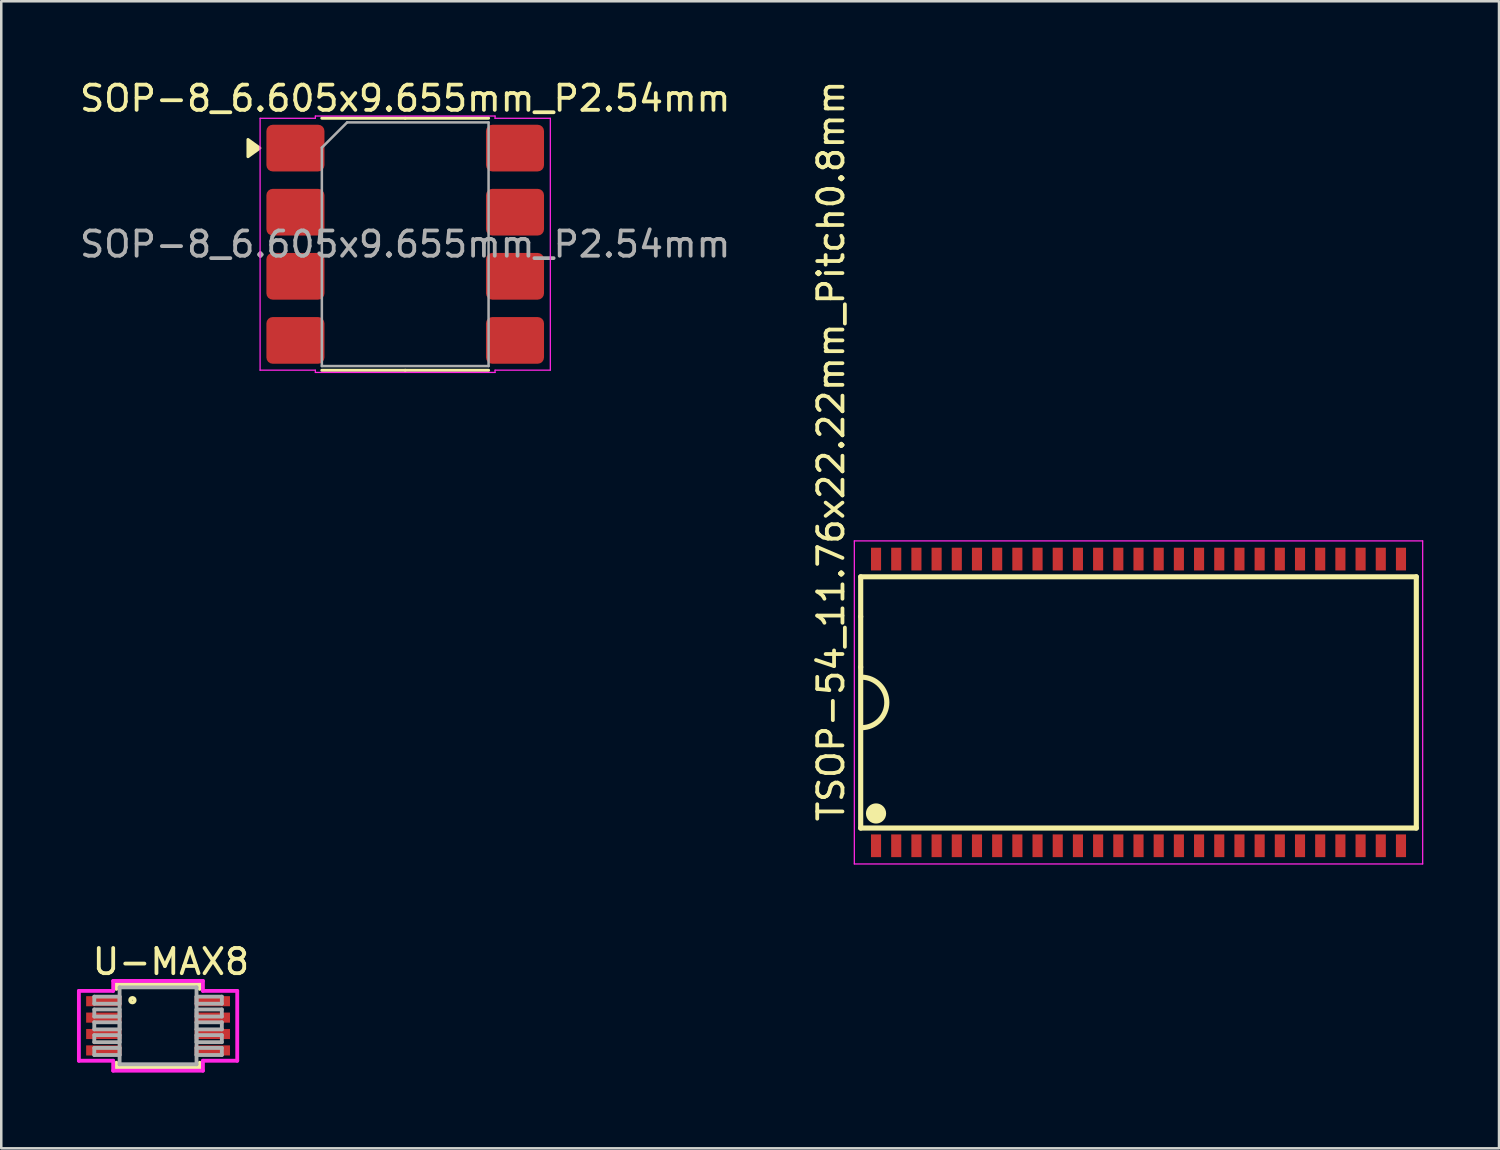
<source format=kicad_pcb>
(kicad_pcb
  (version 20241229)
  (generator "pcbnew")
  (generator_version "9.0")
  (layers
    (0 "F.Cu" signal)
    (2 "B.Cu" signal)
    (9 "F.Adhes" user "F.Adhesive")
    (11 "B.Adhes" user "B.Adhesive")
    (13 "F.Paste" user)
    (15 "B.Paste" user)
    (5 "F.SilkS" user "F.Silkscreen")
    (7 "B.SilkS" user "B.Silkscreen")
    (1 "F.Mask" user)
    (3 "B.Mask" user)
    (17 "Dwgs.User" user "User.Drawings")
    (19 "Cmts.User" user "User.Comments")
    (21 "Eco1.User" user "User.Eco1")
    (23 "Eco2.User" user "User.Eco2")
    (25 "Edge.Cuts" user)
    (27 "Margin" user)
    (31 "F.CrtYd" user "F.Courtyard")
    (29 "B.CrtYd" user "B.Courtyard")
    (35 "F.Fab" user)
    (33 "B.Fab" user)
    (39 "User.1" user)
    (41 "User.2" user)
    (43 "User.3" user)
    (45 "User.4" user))
  (footprint "SOP-8_6.605x9.655mm_P2.54mm"
    (layer "F.Cu")
    (at 13.006 6.628)
    (property "Reference" "SOP-8_6.605x9.655mm_P2.54mm" (at 0 -5.78 0) (layer "F.SilkS") (effects (font (size 1 1) (thickness 0.15))))
    (attr smd)
    (fp_line (start 0 -4.995) (end -3.303 -4.995) (stroke (width 0.12) (type solid)) (layer "F.SilkS"))
    (fp_line (start 0 -4.995) (end 3.303 -4.995) (stroke (width 0.12) (type solid)) (layer "F.SilkS"))
    (fp_line (start 0 4.995) (end -3.303 4.995) (stroke (width 0.12) (type solid)) (layer "F.SilkS"))
    (fp_line (start 0 4.995) (end 3.303 4.995) (stroke (width 0.12) (type solid)) (layer "F.SilkS"))
    (fp_poly (pts (xy -5.76 -3.81) (xy -6.23 -3.47) (xy -6.23 -4.15)) (stroke (width 0.12) (type solid)) (fill yes) (layer "F.SilkS"))
    (fp_line (start -5.75 -4.99) (end -3.56 -4.99) (stroke (width 0.05) (type solid)) (layer "F.CrtYd"))
    (fp_line (start -5.75 4.99) (end -5.75 -4.99) (stroke (width 0.05) (type solid)) (layer "F.CrtYd"))
    (fp_line (start -3.56 -5.08) (end 3.56 -5.08) (stroke (width 0.05) (type solid)) (layer "F.CrtYd"))
    (fp_line (start -3.56 -4.99) (end -3.56 -5.08) (stroke (width 0.05) (type solid)) (layer "F.CrtYd"))
    (fp_line (start -3.56 4.99) (end -5.75 4.99) (stroke (width 0.05) (type solid)) (layer "F.CrtYd"))
    (fp_line (start -3.56 5.08) (end -3.56 4.99) (stroke (width 0.05) (type solid)) (layer "F.CrtYd"))
    (fp_line (start 3.56 -5.08) (end 3.56 -4.99) (stroke (width 0.05) (type solid)) (layer "F.CrtYd"))
    (fp_line (start 3.56 -4.99) (end 5.75 -4.99) (stroke (width 0.05) (type solid)) (layer "F.CrtYd"))
    (fp_line (start 3.56 4.99) (end 3.56 5.08) (stroke (width 0.05) (type solid)) (layer "F.CrtYd"))
    (fp_line (start 3.56 5.08) (end -3.56 5.08) (stroke (width 0.05) (type solid)) (layer "F.CrtYd"))
    (fp_line (start 5.75 -4.99) (end 5.75 4.99) (stroke (width 0.05) (type solid)) (layer "F.CrtYd"))
    (fp_line (start 5.75 4.99) (end 3.56 4.99) (stroke (width 0.05) (type solid)) (layer "F.CrtYd"))
    (fp_line (start -3.303 -3.828) (end -2.303 -4.827) (stroke (width 0.1) (type solid)) (layer "F.Fab"))
    (fp_line (start -3.303 4.827) (end -3.303 -3.828) (stroke (width 0.1) (type solid)) (layer "F.Fab"))
    (fp_line (start -2.303 -4.827) (end 3.303 -4.827) (stroke (width 0.1) (type solid)) (layer "F.Fab"))
    (fp_line (start 3.303 -4.827) (end 3.303 4.827) (stroke (width 0.1) (type solid)) (layer "F.Fab"))
    (fp_line (start 3.303 4.827) (end -3.303 4.827) (stroke (width 0.1) (type solid)) (layer "F.Fab"))
    (fp_text user "${REFERENCE}" (at 0 0 0) (layer "F.Fab") (effects (font (size 1 1) (thickness 0.15))))
    (pad "1" smd roundrect (at -4.35 -3.81) (size 2.3 1.85) (layers "F.Cu" "F.Mask" "F.Paste") (roundrect_rratio 0.135))
    (pad "2" smd roundrect (at -4.35 -1.27) (size 2.3 1.85) (layers "F.Cu" "F.Mask" "F.Paste") (roundrect_rratio 0.135))
    (pad "3" smd roundrect (at -4.35 1.27) (size 2.3 1.85) (layers "F.Cu" "F.Mask" "F.Paste") (roundrect_rratio 0.135))
    (pad "4" smd roundrect (at -4.35 3.81) (size 2.3 1.85) (layers "F.Cu" "F.Mask" "F.Paste") (roundrect_rratio 0.135))
    (pad "5" smd roundrect (at 4.35 3.81) (size 2.3 1.85) (layers "F.Cu" "F.Mask" "F.Paste") (roundrect_rratio 0.135))
    (pad "6" smd roundrect (at 4.35 1.27) (size 2.3 1.85) (layers "F.Cu" "F.Mask" "F.Paste") (roundrect_rratio 0.135))
    (pad "7" smd roundrect (at 4.35 -1.27) (size 2.3 1.85) (layers "F.Cu" "F.Mask" "F.Paste") (roundrect_rratio 0.135))
    (pad "8" smd roundrect (at 4.35 -3.81) (size 2.3 1.85) (layers "F.Cu" "F.Mask" "F.Paste") (roundrect_rratio 0.135)))
  (footprint "U-MAX8"
    (layer "F.Cu")
    (at 3.213 37.597)
    (property "Reference" "U-MAX8" (at 0.508 -2.54 180) (layer "F.SilkS") (effects (font (size 1 1) (thickness 0.15))))
    (attr smd)
    (fp_line (start -1.651 -1.651) (end -1.651 -1.463) (stroke (width 0.152) (type solid)) (layer "F.SilkS"))
    (fp_line (start -1.651 1.463) (end -1.651 1.651) (stroke (width 0.152) (type solid)) (layer "F.SilkS"))
    (fp_line (start -1.651 1.651) (end 1.651 1.651) (stroke (width 0.152) (type solid)) (layer "F.SilkS"))
    (fp_line (start 1.651 -1.651) (end -1.651 -1.651) (stroke (width 0.152) (type solid)) (layer "F.SilkS"))
    (fp_line (start 1.651 -1.463) (end 1.651 -1.651) (stroke (width 0.152) (type solid)) (layer "F.SilkS"))
    (fp_line (start 1.651 1.651) (end 1.651 1.463) (stroke (width 0.152) (type solid)) (layer "F.SilkS"))
    (fp_circle (center -1.016 -1.016) (end -0.953 -0.953) (stroke (width 0.152) (type solid)) (fill no) (layer "F.SilkS"))
    (fp_line (start -3.137 -1.384) (end -1.778 -1.384) (stroke (width 0.152) (type solid)) (layer "F.CrtYd"))
    (fp_line (start -3.137 1.384) (end -3.137 -1.384) (stroke (width 0.152) (type solid)) (layer "F.CrtYd"))
    (fp_line (start -1.778 -1.778) (end 1.778 -1.778) (stroke (width 0.152) (type solid)) (layer "F.CrtYd"))
    (fp_line (start -1.778 -1.384) (end -1.778 -1.778) (stroke (width 0.152) (type solid)) (layer "F.CrtYd"))
    (fp_line (start -1.778 1.384) (end -3.137 1.384) (stroke (width 0.152) (type solid)) (layer "F.CrtYd"))
    (fp_line (start -1.778 1.778) (end -1.778 1.384) (stroke (width 0.152) (type solid)) (layer "F.CrtYd"))
    (fp_line (start 1.778 -1.778) (end 1.778 -1.384) (stroke (width 0.152) (type solid)) (layer "F.CrtYd"))
    (fp_line (start 1.778 -1.384) (end 3.137 -1.384) (stroke (width 0.152) (type solid)) (layer "F.CrtYd"))
    (fp_line (start 1.778 1.384) (end 1.778 1.778) (stroke (width 0.152) (type solid)) (layer "F.CrtYd"))
    (fp_line (start 1.778 1.778) (end -1.778 1.778) (stroke (width 0.152) (type solid)) (layer "F.CrtYd"))
    (fp_line (start 3.137 -1.384) (end 3.137 1.384) (stroke (width 0.152) (type solid)) (layer "F.CrtYd"))
    (fp_line (start 3.137 1.384) (end 1.778 1.384) (stroke (width 0.152) (type solid)) (layer "F.CrtYd"))
    (fp_line (start -2.527 -1.156) (end -2.527 -0.876) (stroke (width 0.152) (type solid)) (layer "F.Fab"))
    (fp_line (start -2.527 -0.876) (end -1.524 -0.876) (stroke (width 0.152) (type solid)) (layer "F.Fab"))
    (fp_line (start -2.527 -0.648) (end -2.527 -0.368) (stroke (width 0.152) (type solid)) (layer "F.Fab"))
    (fp_line (start -2.527 -0.368) (end -1.524 -0.368) (stroke (width 0.152) (type solid)) (layer "F.Fab"))
    (fp_line (start -2.527 -0.14) (end -2.527 0.14) (stroke (width 0.152) (type solid)) (layer "F.Fab"))
    (fp_line (start -2.527 0.14) (end -1.524 0.14) (stroke (width 0.152) (type solid)) (layer "F.Fab"))
    (fp_line (start -2.527 0.368) (end -2.527 0.648) (stroke (width 0.152) (type solid)) (layer "F.Fab"))
    (fp_line (start -2.527 0.648) (end -1.524 0.648) (stroke (width 0.152) (type solid)) (layer "F.Fab"))
    (fp_line (start -2.527 0.876) (end -2.527 1.156) (stroke (width 0.152) (type solid)) (layer "F.Fab"))
    (fp_line (start -2.527 1.156) (end -1.524 1.156) (stroke (width 0.152) (type solid)) (layer "F.Fab"))
    (fp_line (start -1.524 -1.524) (end -1.524 1.524) (stroke (width 0.152) (type solid)) (layer "F.Fab"))
    (fp_line (start -1.524 -1.156) (end -2.527 -1.156) (stroke (width 0.152) (type solid)) (layer "F.Fab"))
    (fp_line (start -1.524 -0.876) (end -1.524 -1.156) (stroke (width 0.152) (type solid)) (layer "F.Fab"))
    (fp_line (start -1.524 -0.648) (end -2.527 -0.648) (stroke (width 0.152) (type solid)) (layer "F.Fab"))
    (fp_line (start -1.524 -0.368) (end -1.524 -0.648) (stroke (width 0.152) (type solid)) (layer "F.Fab"))
    (fp_line (start -1.524 -0.14) (end -2.527 -0.14) (stroke (width 0.152) (type solid)) (layer "F.Fab"))
    (fp_line (start -1.524 0.14) (end -1.524 -0.14) (stroke (width 0.152) (type solid)) (layer "F.Fab"))
    (fp_line (start -1.524 0.368) (end -2.527 0.368) (stroke (width 0.152) (type solid)) (layer "F.Fab"))
    (fp_line (start -1.524 0.648) (end -1.524 0.368) (stroke (width 0.152) (type solid)) (layer "F.Fab"))
    (fp_line (start -1.524 0.876) (end -2.527 0.876) (stroke (width 0.152) (type solid)) (layer "F.Fab"))
    (fp_line (start -1.524 1.156) (end -1.524 0.876) (stroke (width 0.152) (type solid)) (layer "F.Fab"))
    (fp_line (start -1.524 1.524) (end 1.524 1.524) (stroke (width 0.152) (type solid)) (layer "F.Fab"))
    (fp_line (start 1.524 -1.524) (end -1.524 -1.524) (stroke (width 0.152) (type solid)) (layer "F.Fab"))
    (fp_line (start 1.524 -1.156) (end 1.524 -0.876) (stroke (width 0.152) (type solid)) (layer "F.Fab"))
    (fp_line (start 1.524 -0.876) (end 2.527 -0.876) (stroke (width 0.152) (type solid)) (layer "F.Fab"))
    (fp_line (start 1.524 -0.648) (end 1.524 -0.368) (stroke (width 0.152) (type solid)) (layer "F.Fab"))
    (fp_line (start 1.524 -0.368) (end 2.527 -0.368) (stroke (width 0.152) (type solid)) (layer "F.Fab"))
    (fp_line (start 1.524 -0.14) (end 1.524 0.14) (stroke (width 0.152) (type solid)) (layer "F.Fab"))
    (fp_line (start 1.524 0.14) (end 2.527 0.14) (stroke (width 0.152) (type solid)) (layer "F.Fab"))
    (fp_line (start 1.524 0.368) (end 1.524 0.648) (stroke (width 0.152) (type solid)) (layer "F.Fab"))
    (fp_line (start 1.524 0.648) (end 2.527 0.648) (stroke (width 0.152) (type solid)) (layer "F.Fab"))
    (fp_line (start 1.524 0.876) (end 1.524 1.156) (stroke (width 0.152) (type solid)) (layer "F.Fab"))
    (fp_line (start 1.524 1.156) (end 2.527 1.156) (stroke (width 0.152) (type solid)) (layer "F.Fab"))
    (fp_line (start 1.524 1.524) (end 1.524 -1.524) (stroke (width 0.152) (type solid)) (layer "F.Fab"))
    (fp_line (start 2.527 -1.156) (end 1.524 -1.156) (stroke (width 0.152) (type solid)) (layer "F.Fab"))
    (fp_line (start 2.527 -0.876) (end 2.527 -1.156) (stroke (width 0.152) (type solid)) (layer "F.Fab"))
    (fp_line (start 2.527 -0.648) (end 1.524 -0.648) (stroke (width 0.152) (type solid)) (layer "F.Fab"))
    (fp_line (start 2.527 -0.368) (end 2.527 -0.648) (stroke (width 0.152) (type solid)) (layer "F.Fab"))
    (fp_line (start 2.527 -0.14) (end 1.524 -0.14) (stroke (width 0.152) (type solid)) (layer "F.Fab"))
    (fp_line (start 2.527 0.14) (end 2.527 -0.14) (stroke (width 0.152) (type solid)) (layer "F.Fab"))
    (fp_line (start 2.527 0.368) (end 1.524 0.368) (stroke (width 0.152) (type solid)) (layer "F.Fab"))
    (fp_line (start 2.527 0.648) (end 2.527 0.368) (stroke (width 0.152) (type solid)) (layer "F.Fab"))
    (fp_line (start 2.527 0.876) (end 1.524 0.876) (stroke (width 0.152) (type solid)) (layer "F.Fab"))
    (fp_line (start 2.527 1.156) (end 2.527 0.876) (stroke (width 0.152) (type solid)) (layer "F.Fab"))
    (pad "1" smd rect (at -2.15 -0.975 270) (size 0.4 1.4) (layers "F.Cu" "F.Mask" "F.Paste"))
    (pad "2" smd rect (at -2.15 -0.325 270) (size 0.4 1.4) (layers "F.Cu" "F.Mask" "F.Paste"))
    (pad "3" smd rect (at -2.15 0.325 270) (size 0.4 1.4) (layers "F.Cu" "F.Mask" "F.Paste"))
    (pad "4" smd rect (at -2.15 0.975 270) (size 0.4 1.4) (layers "F.Cu" "F.Mask" "F.Paste"))
    (pad "5" smd rect (at 2.15 0.975 270) (size 0.4 1.4) (layers "F.Cu" "F.Mask" "F.Paste"))
    (pad "6" smd rect (at 2.15 0.325 270) (size 0.4 1.4) (layers "F.Cu" "F.Mask" "F.Paste"))
    (pad "7" smd rect (at 2.15 -0.325 270) (size 0.4 1.4) (layers "F.Cu" "F.Mask" "F.Paste"))
    (pad "8" smd rect (at 2.15 -0.975 270) (size 0.4 1.4) (layers "F.Cu" "F.Mask" "F.Paste")))
  (footprint "TSOP-54_11.76x22.22mm_Pitch0.8mm"
    (layer "F.Cu")
    (at 42.062 24.783)
    (property "Reference" "TSOP-54_11.76x22.22mm_Pitch0.8mm" (at -11.6 4.8 90) (layer "F.SilkS") (effects (font (size 1 1) (thickness 0.15)) (justify left bottom)))
    (attr through_hole)
    (fp_line (start -11.008 -4.978) (end -11.008 -3.4) (stroke (width 0.203) (type solid)) (layer "F.SilkS"))
    (fp_line (start -11.008 -3.4) (end -11.008 -1.4) (stroke (width 0.203) (type solid)) (layer "F.SilkS"))
    (fp_line (start -11.008 -1.4) (end -11.008 4.978) (stroke (width 0.203) (type solid)) (layer "F.SilkS"))
    (fp_line (start -11.008 4.978) (end 11.008 4.978) (stroke (width 0.203) (type solid)) (layer "F.SilkS"))
    (fp_line (start 11.008 -4.978) (end -11.008 -4.978) (stroke (width 0.203) (type solid)) (layer "F.SilkS"))
    (fp_line (start 11.008 4.978) (end 11.008 -4.978) (stroke (width 0.203) (type solid)) (layer "F.SilkS"))
    (fp_arc (start -10.9728 -1) (mid -9.9728 0) (end -10.9728 1) (stroke (width 0.2032) (type solid)) (layer "F.SilkS"))
    (fp_circle (center -10.4 4.4) (end -10 4.4) (stroke (width 0) (type solid)) (fill yes) (layer "F.SilkS"))
    (fp_line (start -11.26 -6.4) (end -11.26 6.4) (stroke (width 0.05) (type solid)) (layer "F.CrtYd"))
    (fp_line (start -11.26 6.4) (end 11.26 6.4) (stroke (width 0.05) (type solid)) (layer "F.CrtYd"))
    (fp_line (start 11.26 -6.4) (end -11.26 -6.4) (stroke (width 0.05) (type solid)) (layer "F.CrtYd"))
    (fp_line (start 11.26 6.4) (end 11.26 -6.4) (stroke (width 0.05) (type solid)) (layer "F.CrtYd"))
    (pad "1" smd rect (at -10.4 5.68 90) (size 0.9 0.4) (layers "F.Cu" "F.Mask" "F.Paste"))
    (pad "2" smd rect (at -9.6 5.68 90) (size 0.9 0.4) (layers "F.Cu" "F.Mask" "F.Paste"))
    (pad "3" smd rect (at -8.8 5.68 90) (size 0.9 0.4) (layers "F.Cu" "F.Mask" "F.Paste"))
    (pad "4" smd rect (at -8 5.68 90) (size 0.9 0.4) (layers "F.Cu" "F.Mask" "F.Paste"))
    (pad "5" smd rect (at -7.2 5.68 90) (size 0.9 0.4) (layers "F.Cu" "F.Mask" "F.Paste"))
    (pad "6" smd rect (at -6.4 5.68 90) (size 0.9 0.4) (layers "F.Cu" "F.Mask" "F.Paste"))
    (pad "7" smd rect (at -5.6 5.68 90) (size 0.9 0.4) (layers "F.Cu" "F.Mask" "F.Paste"))
    (pad "8" smd rect (at -4.8 5.68 90) (size 0.9 0.4) (layers "F.Cu" "F.Mask" "F.Paste"))
    (pad "9" smd rect (at -4 5.68 90) (size 0.9 0.4) (layers "F.Cu" "F.Mask" "F.Paste"))
    (pad "10" smd rect (at -3.2 5.68 90) (size 0.9 0.4) (layers "F.Cu" "F.Mask" "F.Paste"))
    (pad "11" smd rect (at -2.4 5.68 90) (size 0.9 0.4) (layers "F.Cu" "F.Mask" "F.Paste"))
    (pad "12" smd rect (at -1.6 5.68 90) (size 0.9 0.4) (layers "F.Cu" "F.Mask" "F.Paste"))
    (pad "13" smd rect (at -0.8 5.68 90) (size 0.9 0.4) (layers "F.Cu" "F.Mask" "F.Paste"))
    (pad "14" smd rect (at 0 5.68 90) (size 0.9 0.4) (layers "F.Cu" "F.Mask" "F.Paste"))
    (pad "15" smd rect (at 0.8 5.68 90) (size 0.9 0.4) (layers "F.Cu" "F.Mask" "F.Paste"))
    (pad "16" smd rect (at 1.6 5.68 90) (size 0.9 0.4) (layers "F.Cu" "F.Mask" "F.Paste"))
    (pad "17" smd rect (at 2.4 5.68 90) (size 0.9 0.4) (layers "F.Cu" "F.Mask" "F.Paste"))
    (pad "18" smd rect (at 3.2 5.68 90) (size 0.9 0.4) (layers "F.Cu" "F.Mask" "F.Paste"))
    (pad "19" smd rect (at 4 5.68 90) (size 0.9 0.4) (layers "F.Cu" "F.Mask" "F.Paste"))
    (pad "20" smd rect (at 4.8 5.68 90) (size 0.9 0.4) (layers "F.Cu" "F.Mask" "F.Paste"))
    (pad "21" smd rect (at 5.6 5.68 90) (size 0.9 0.4) (layers "F.Cu" "F.Mask" "F.Paste"))
    (pad "22" smd rect (at 6.4 5.68 90) (size 0.9 0.4) (layers "F.Cu" "F.Mask" "F.Paste"))
    (pad "23" smd rect (at 7.2 5.68 90) (size 0.9 0.4) (layers "F.Cu" "F.Mask" "F.Paste"))
    (pad "24" smd rect (at 8 5.68 90) (size 0.9 0.4) (layers "F.Cu" "F.Mask" "F.Paste"))
    (pad "25" smd rect (at 8.8 5.68 90) (size 0.9 0.4) (layers "F.Cu" "F.Mask" "F.Paste"))
    (pad "26" smd rect (at 9.6 5.68 90) (size 0.9 0.4) (layers "F.Cu" "F.Mask" "F.Paste"))
    (pad "27" smd rect (at 10.4 5.68 90) (size 0.9 0.4) (layers "F.Cu" "F.Mask" "F.Paste"))
    (pad "28" smd rect (at 10.4 -5.68 270) (size 0.9 0.4) (layers "F.Cu" "F.Mask" "F.Paste"))
    (pad "29" smd rect (at 9.6 -5.68 90) (size 0.9 0.4) (layers "F.Cu" "F.Mask" "F.Paste"))
    (pad "30" smd rect (at 8.8 -5.68 90) (size 0.9 0.4) (layers "F.Cu" "F.Mask" "F.Paste"))
    (pad "31" smd rect (at 8 -5.68 90) (size 0.9 0.4) (layers "F.Cu" "F.Mask" "F.Paste"))
    (pad "32" smd rect (at 7.2 -5.68 90) (size 0.9 0.4) (layers "F.Cu" "F.Mask" "F.Paste"))
    (pad "33" smd rect (at 6.4 -5.68 90) (size 0.9 0.4) (layers "F.Cu" "F.Mask" "F.Paste"))
    (pad "34" smd rect (at 5.6 -5.68 90) (size 0.9 0.4) (layers "F.Cu" "F.Mask" "F.Paste"))
    (pad "35" smd rect (at 4.8 -5.68 90) (size 0.9 0.4) (layers "F.Cu" "F.Mask" "F.Paste"))
    (pad "36" smd rect (at 4 -5.68 90) (size 0.9 0.4) (layers "F.Cu" "F.Mask" "F.Paste"))
    (pad "37" smd rect (at 3.2 -5.68 90) (size 0.9 0.4) (layers "F.Cu" "F.Mask" "F.Paste"))
    (pad "38" smd rect (at 2.4 -5.68 90) (size 0.9 0.4) (layers "F.Cu" "F.Mask" "F.Paste"))
    (pad "39" smd rect (at 1.6 -5.68 90) (size 0.9 0.4) (layers "F.Cu" "F.Mask" "F.Paste"))
    (pad "40" smd rect (at 0.8 -5.68 90) (size 0.9 0.4) (layers "F.Cu" "F.Mask" "F.Paste"))
    (pad "41" smd rect (at 0 -5.68 90) (size 0.9 0.4) (layers "F.Cu" "F.Mask" "F.Paste"))
    (pad "42" smd rect (at -0.8 -5.68 90) (size 0.9 0.4) (layers "F.Cu" "F.Mask" "F.Paste"))
    (pad "43" smd rect (at -1.6 -5.68 90) (size 0.9 0.4) (layers "F.Cu" "F.Mask" "F.Paste"))
    (pad "44" smd rect (at -2.4 -5.68 90) (size 0.9 0.4) (layers "F.Cu" "F.Mask" "F.Paste"))
    (pad "45" smd rect (at -3.2 -5.68 90) (size 0.9 0.4) (layers "F.Cu" "F.Mask" "F.Paste"))
    (pad "46" smd rect (at -4 -5.68 90) (size 0.9 0.4) (layers "F.Cu" "F.Mask" "F.Paste"))
    (pad "47" smd rect (at -4.8 -5.68 90) (size 0.9 0.4) (layers "F.Cu" "F.Mask" "F.Paste"))
    (pad "48" smd rect (at -5.6 -5.68 90) (size 0.9 0.4) (layers "F.Cu" "F.Mask" "F.Paste"))
    (pad "49" smd rect (at -6.4 -5.68 90) (size 0.9 0.4) (layers "F.Cu" "F.Mask" "F.Paste"))
    (pad "50" smd rect (at -7.2 -5.68 90) (size 0.9 0.4) (layers "F.Cu" "F.Mask" "F.Paste"))
    (pad "51" smd rect (at -8 -5.68 90) (size 0.9 0.4) (layers "F.Cu" "F.Mask" "F.Paste"))
    (pad "52" smd rect (at -8.8 -5.68 90) (size 0.9 0.4) (layers "F.Cu" "F.Mask" "F.Paste"))
    (pad "53" smd rect (at -9.6 -5.68 90) (size 0.9 0.4) (layers "F.Cu" "F.Mask" "F.Paste"))
    (pad "54" smd rect (at -10.4 -5.68 90) (size 0.9 0.4) (layers "F.Cu" "F.Mask" "F.Paste")))
  (gr_rect
    (start -3 -3)
    (end 56.347 42.451)
    (stroke (width 0.1) (type default))
    (fill no)
    (layer "Edge.Cuts")))
</source>
